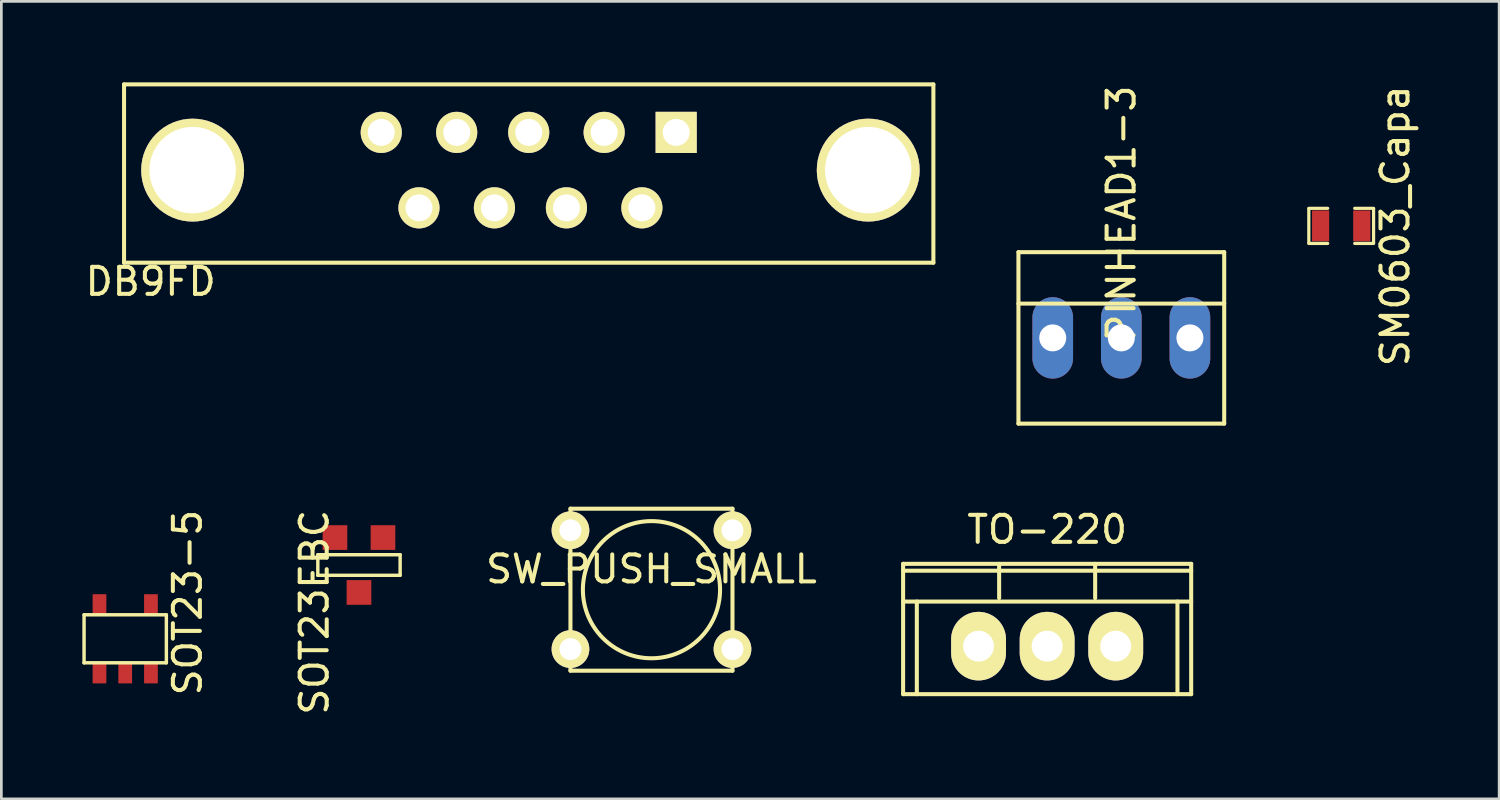
<source format=kicad_pcb>
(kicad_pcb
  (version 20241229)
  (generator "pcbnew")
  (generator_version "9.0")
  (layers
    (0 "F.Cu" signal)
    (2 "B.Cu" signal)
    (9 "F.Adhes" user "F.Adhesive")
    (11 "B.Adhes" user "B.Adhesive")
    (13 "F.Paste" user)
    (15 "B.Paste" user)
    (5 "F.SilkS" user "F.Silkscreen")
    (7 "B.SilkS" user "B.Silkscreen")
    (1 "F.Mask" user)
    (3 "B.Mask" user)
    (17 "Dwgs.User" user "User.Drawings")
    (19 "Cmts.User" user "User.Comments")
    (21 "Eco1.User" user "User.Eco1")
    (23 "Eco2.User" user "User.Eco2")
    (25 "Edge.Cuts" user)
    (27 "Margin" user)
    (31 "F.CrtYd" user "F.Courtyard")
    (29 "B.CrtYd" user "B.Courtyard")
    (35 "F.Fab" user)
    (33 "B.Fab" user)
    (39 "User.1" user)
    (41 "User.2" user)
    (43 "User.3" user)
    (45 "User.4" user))
  (footprint "DB9FD"
    (layer "F.Cu")
    (at 16.53 3.377)
    (property "Reference" "DB9FD" (at -14 4 180) (layer "F.SilkS") (effects (font (size 1 1) (thickness 0.15))))
    (attr through_hole)
    (fp_line (start -14.986 -3.302) (end -14.986 3.302) (stroke (width 0.15) (type solid)) (layer "F.SilkS"))
    (fp_line (start -14.986 3.302) (end 14.986 3.302) (stroke (width 0.15) (type solid)) (layer "F.SilkS"))
    (fp_line (start 14.986 -3.302) (end -14.986 -3.302) (stroke (width 0.15) (type solid)) (layer "F.SilkS"))
    (fp_line (start 14.986 3.302) (end 14.986 -3.302) (stroke (width 0.15) (type solid)) (layer "F.SilkS"))
    (pad "0" thru_hole circle (at -12.446 -0.127) (size 3.81 3.81) (drill 3.2) (layers "*.Cu" "*.Mask" "F.SilkS"))
    (pad "0" thru_hole circle (at 12.573 -0.127) (size 3.81 3.81) (drill 3.2) (layers "*.Cu" "*.Mask" "F.SilkS"))
    (pad "1" thru_hole rect (at 5.461 -1.524) (size 1.524 1.524) (drill 1) (layers "*.Cu" "*.Mask" "F.SilkS"))
    (pad "2" thru_hole circle (at 2.794 -1.524) (size 1.524 1.524) (drill 1) (layers "*.Cu" "*.Mask" "F.SilkS"))
    (pad "3" thru_hole circle (at 0 -1.524) (size 1.524 1.524) (drill 1) (layers "*.Cu" "*.Mask" "F.SilkS"))
    (pad "4" thru_hole circle (at -2.667 -1.524) (size 1.524 1.524) (drill 1) (layers "*.Cu" "*.Mask" "F.SilkS"))
    (pad "5" thru_hole circle (at -5.461 -1.524) (size 1.524 1.524) (drill 1) (layers "*.Cu" "*.Mask" "F.SilkS"))
    (pad "6" thru_hole circle (at 4.191 1.27) (size 1.524 1.524) (drill 1) (layers "*.Cu" "*.Mask" "F.SilkS"))
    (pad "7" thru_hole circle (at 1.397 1.27) (size 1.524 1.524) (drill 1) (layers "*.Cu" "*.Mask" "F.SilkS"))
    (pad "8" thru_hole circle (at -1.27 1.27) (size 1.524 1.524) (drill 1) (layers "*.Cu" "*.Mask" "F.SilkS"))
    (pad "9" thru_hole circle (at -4.064 1.27) (size 1.524 1.524) (drill 1) (layers "*.Cu" "*.Mask" "F.SilkS")))
  (footprint "SOT23-5"
    (layer "F.Cu")
    (at 1.587 20.607)
    (property "Reference" "SOT23-5" (at 2.31 -1.34 90) (layer "F.SilkS") (effects (font (size 1 1) (thickness 0.15))))
    (attr smd)
    (fp_line (start -1.524 -0.889) (end 1.524 -0.889) (stroke (width 0.127) (type solid)) (layer "F.SilkS"))
    (fp_line (start -1.524 0.889) (end -1.524 -0.889) (stroke (width 0.127) (type solid)) (layer "F.SilkS"))
    (fp_line (start 1.524 -0.889) (end 1.524 0.889) (stroke (width 0.127) (type solid)) (layer "F.SilkS"))
    (fp_line (start 1.524 0.889) (end -1.524 0.889) (stroke (width 0.127) (type solid)) (layer "F.SilkS"))
    (pad "1" smd rect (at -0.953 1.27) (size 0.508 0.762) (layers "F.Cu" "F.Mask" "F.Paste"))
    (pad "2" smd rect (at 0 1.27) (size 0.508 0.762) (layers "F.Cu" "F.Mask" "F.Paste"))
    (pad "3" smd rect (at 0.953 1.27) (size 0.508 0.762) (layers "F.Cu" "F.Mask" "F.Paste"))
    (pad "4" smd rect (at 0.953 -1.27) (size 0.508 0.762) (layers "F.Cu" "F.Mask" "F.Paste"))
    (pad "5" smd rect (at -0.953 -1.27) (size 0.508 0.762) (layers "F.Cu" "F.Mask" "F.Paste")))
  (footprint "SM0603_Capa"
    (layer "F.Cu")
    (at 46.619 5.315)
    (property "Reference" "SM0603_Capa" (at 2 0 90) (layer "F.SilkS") (effects (font (size 1 1) (thickness 0.15))))
    (attr smd)
    (fp_line (start -1.199 -0.65) (end -0.5 -0.65) (stroke (width 0.119) (type solid)) (layer "F.SilkS"))
    (fp_line (start -1.199 0.635) (end -1.199 -0.635) (stroke (width 0.119) (type solid)) (layer "F.SilkS"))
    (fp_line (start -0.5 0.65) (end -1.199 0.65) (stroke (width 0.119) (type solid)) (layer "F.SilkS"))
    (fp_line (start 0.5 -0.65) (end 1.199 -0.65) (stroke (width 0.119) (type solid)) (layer "F.SilkS"))
    (fp_line (start 0.5 0.65) (end 1.199 0.65) (stroke (width 0.119) (type solid)) (layer "F.SilkS"))
    (fp_line (start 1.199 -0.635) (end 1.199 0.635) (stroke (width 0.119) (type solid)) (layer "F.SilkS"))
    (pad "1" smd rect (at -0.762 0) (size 0.635 1.143) (layers "F.Cu" "F.Mask" "F.Paste"))
    (pad "2" smd rect (at 0.762 0) (size 0.635 1.143) (layers "F.Cu" "F.Mask" "F.Paste")))
  (footprint "SW_PUSH_SMALL"
    (layer "F.Cu")
    (at 21.076 18.788)
    (property "Reference" "SW_PUSH_SMALL" (at 0 -0.762 0) (layer "F.SilkS") (effects (font (size 1 1) (thickness 0.15))))
    (attr through_hole)
    (fp_line (start -3 -3) (end -3 3) (stroke (width 0.15) (type solid)) (layer "F.SilkS"))
    (fp_line (start -3 -3) (end 3 -3) (stroke (width 0.15) (type solid)) (layer "F.SilkS"))
    (fp_line (start 3 -3) (end 3 3) (stroke (width 0.15) (type solid)) (layer "F.SilkS"))
    (fp_line (start 3 3) (end -3 3) (stroke (width 0.15) (type solid)) (layer "F.SilkS"))
    (fp_circle (center 0 0) (end 0 -2.54) (stroke (width 0.15) (type solid)) (fill no) (layer "F.SilkS"))
    (pad "1" thru_hole circle (at -3 -2.2) (size 1.397 1.397) (drill 0.813) (layers "*.Cu" "*.Mask" "F.SilkS"))
    (pad "1" thru_hole circle (at 3 -2.2) (size 1.397 1.397) (drill 0.813) (layers "*.Cu" "*.Mask" "F.SilkS"))
    (pad "2" thru_hole circle (at -3 2.2) (size 1.397 1.397) (drill 0.813) (layers "*.Cu" "*.Mask" "F.SilkS"))
    (pad "2" thru_hole circle (at 3 2.2) (size 1.397 1.397) (drill 0.813) (layers "*.Cu" "*.Mask" "F.SilkS")))
  (footprint "SOT23EBC"
    (layer "F.Cu")
    (at 10.244 17.874)
    (property "Reference" "SOT23EBC" (at -1.65 1.75 90) (layer "F.SilkS") (effects (font (size 1 1) (thickness 0.15))))
    (attr smd)
    (fp_line (start -1.524 -0.381) (end 1.524 -0.381) (stroke (width 0.127) (type solid)) (layer "F.SilkS"))
    (fp_line (start -1.524 0.381) (end -1.524 -0.381) (stroke (width 0.127) (type solid)) (layer "F.SilkS"))
    (fp_line (start 1.524 -0.381) (end 1.524 0.381) (stroke (width 0.127) (type solid)) (layer "F.SilkS"))
    (fp_line (start 1.524 0.381) (end -1.524 0.381) (stroke (width 0.127) (type solid)) (layer "F.SilkS"))
    (pad "1" smd rect (at -0.889 -1.016) (size 0.914 0.914) (layers "F.Cu" "F.Mask" "F.Paste"))
    (pad "2" smd rect (at 0.889 -1.016) (size 0.914 0.914) (layers "F.Cu" "F.Mask" "F.Paste"))
    (pad "3" smd rect (at 0 1.016) (size 0.914 0.914) (layers "F.Cu" "F.Mask" "F.Paste")))
  (footprint "PINHEAD1-3"
    (layer "F.Cu")
    (at 38.476 9.463)
    (property "Reference" "PINHEAD1-3" (at 0 -4.6 90) (layer "F.SilkS") (effects (font (size 1 1) (thickness 0.15))))
    (attr exclude_from_pos_files exclude_from_bom)
    (fp_line (start -3.81 -3.175) (end -3.81 3.175) (stroke (width 0.15) (type solid)) (layer "F.SilkS"))
    (fp_line (start -3.81 -3.175) (end 3.81 -3.175) (stroke (width 0.15) (type solid)) (layer "F.SilkS"))
    (fp_line (start 3.81 -3.175) (end 3.81 3.175) (stroke (width 0.15) (type solid)) (layer "F.SilkS"))
    (fp_line (start 3.81 -1.27) (end -3.81 -1.27) (stroke (width 0.15) (type solid)) (layer "F.SilkS"))
    (fp_line (start 3.81 3.175) (end -3.81 3.175) (stroke (width 0.15) (type solid)) (layer "F.SilkS"))
    (pad "1" thru_hole oval (at -2.54 0) (size 1.506 3.015) (drill 1) (layers "*.Cu" "*.Mask"))
    (pad "2" thru_hole oval (at 0 0) (size 1.506 3.015) (drill 1) (layers "*.Cu" "*.Mask"))
    (pad "3" thru_hole oval (at 2.54 0) (size 1.506 3.015) (drill 1) (layers "*.Cu" "*.Mask")))
  (footprint "TO-220"
    (layer "F.Cu")
    (at 35.729 20.879)
    (property "Reference" "TO-220" (at 0 -4.318 0) (layer "F.SilkS") (effects (font (size 1 1) (thickness 0.15))))
    (attr through_hole)
    (fp_line (start -5.334 -3.048) (end -5.334 1.778) (stroke (width 0.15) (type solid)) (layer "F.SilkS"))
    (fp_line (start -5.334 -1.651) (end 5.334 -1.651) (stroke (width 0.15) (type solid)) (layer "F.SilkS"))
    (fp_line (start -4.826 -1.651) (end -4.826 1.778) (stroke (width 0.15) (type solid)) (layer "F.SilkS"))
    (fp_line (start -1.778 -1.778) (end -1.778 -3.048) (stroke (width 0.15) (type solid)) (layer "F.SilkS"))
    (fp_line (start 1.778 -1.778) (end 1.778 -3.048) (stroke (width 0.15) (type solid)) (layer "F.SilkS"))
    (fp_line (start 4.826 -1.651) (end 4.826 1.778) (stroke (width 0.15) (type solid)) (layer "F.SilkS"))
    (fp_line (start 5.334 -3.048) (end -5.334 -3.048) (stroke (width 0.15) (type solid)) (layer "F.SilkS"))
    (fp_line (start 5.334 -3.048) (end 5.334 1.778) (stroke (width 0.15) (type solid)) (layer "F.SilkS"))
    (fp_line (start 5.334 -2.794) (end -5.334 -2.794) (stroke (width 0.15) (type solid)) (layer "F.SilkS"))
    (fp_line (start 5.334 1.778) (end -5.334 1.778) (stroke (width 0.15) (type solid)) (layer "F.SilkS"))
    (pad "1" thru_hole oval (at -2.54 0) (size 2.032 2.54) (drill 1.143) (layers "*.Cu" "*.Mask" "F.SilkS"))
    (pad "2" thru_hole oval (at 0 0) (size 2.032 2.54) (drill 1.143) (layers "*.Cu" "*.Mask" "F.SilkS"))
    (pad "3" thru_hole oval (at 2.54 0) (size 2.032 2.54) (drill 1.143) (layers "*.Cu" "*.Mask" "F.SilkS")))
  (gr_rect
    (start -3 -3)
    (end 52.468 26.535)
    (stroke (width 0.1) (type default))
    (fill no)
    (layer "Edge.Cuts")))
</source>
